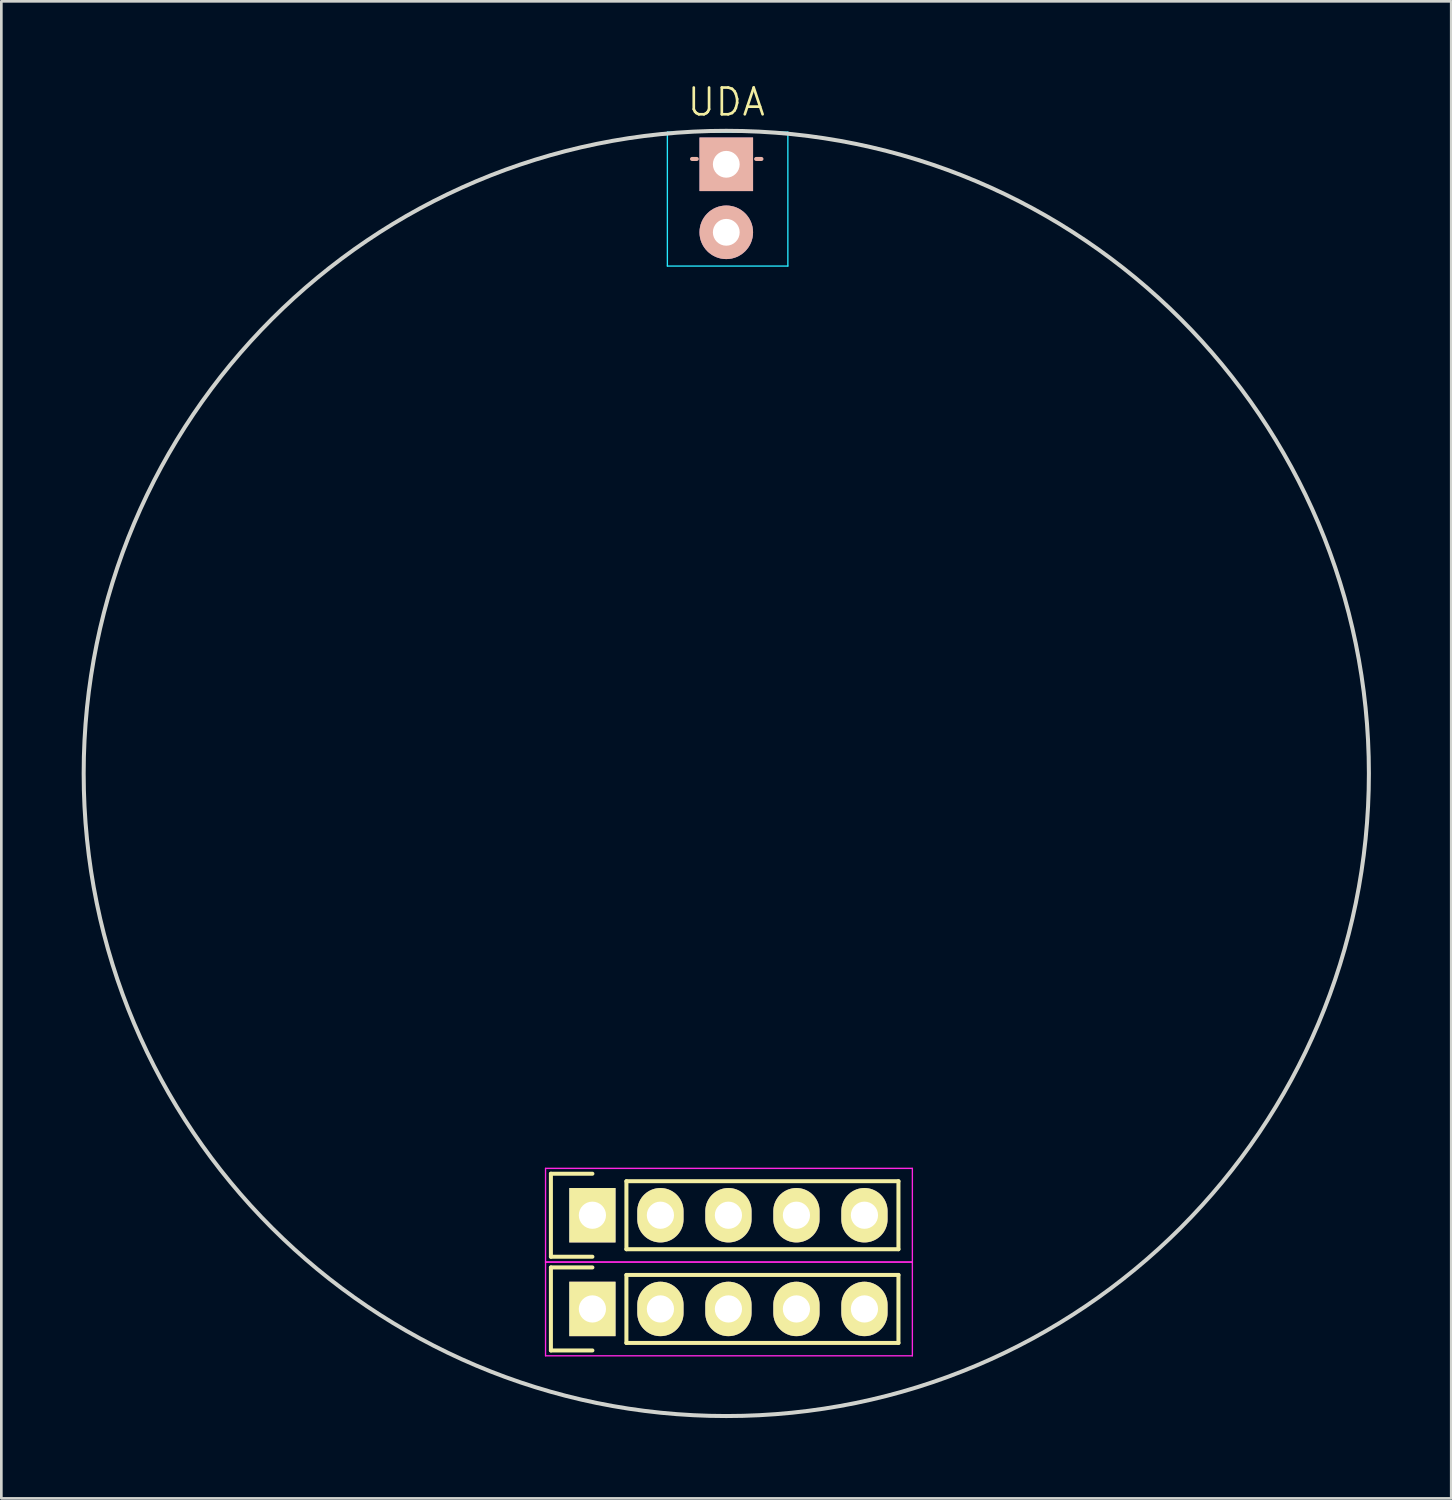
<source format=kicad_pcb>
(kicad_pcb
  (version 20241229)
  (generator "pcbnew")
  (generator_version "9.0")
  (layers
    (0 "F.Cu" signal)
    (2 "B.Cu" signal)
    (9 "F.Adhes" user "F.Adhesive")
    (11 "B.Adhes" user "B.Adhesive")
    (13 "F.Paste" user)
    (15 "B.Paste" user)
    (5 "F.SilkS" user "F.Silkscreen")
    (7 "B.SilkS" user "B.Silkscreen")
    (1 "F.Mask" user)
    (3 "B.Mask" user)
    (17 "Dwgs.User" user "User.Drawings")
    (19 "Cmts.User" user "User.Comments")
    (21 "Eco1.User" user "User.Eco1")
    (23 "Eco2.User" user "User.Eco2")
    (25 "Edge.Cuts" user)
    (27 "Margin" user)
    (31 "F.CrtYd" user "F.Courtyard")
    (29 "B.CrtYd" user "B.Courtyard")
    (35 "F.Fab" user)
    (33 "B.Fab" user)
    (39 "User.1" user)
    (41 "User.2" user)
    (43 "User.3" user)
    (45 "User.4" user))
  (footprint "UDA"
    (layer "F.Cu")
    (at 24.075 25.836)
    (property "Reference" "UDA" (at 0 -25.075 0) (layer "F.SilkS") (effects (font (size 1 1) (thickness 0.1))))
    (attr through_hole)
    (fp_line (start -6.55 14.95) (end -5 14.95) (stroke (width 0.15) (type solid)) (layer "F.SilkS"))
    (fp_line (start -6.55 18.05) (end -6.55 14.95) (stroke (width 0.15) (type solid)) (layer "F.SilkS"))
    (fp_line (start -6.55 18.45) (end -5 18.45) (stroke (width 0.15) (type solid)) (layer "F.SilkS"))
    (fp_line (start -6.55 21.55) (end -6.55 18.45) (stroke (width 0.15) (type solid)) (layer "F.SilkS"))
    (fp_line (start -5 18.05) (end -6.55 18.05) (stroke (width 0.15) (type solid)) (layer "F.SilkS"))
    (fp_line (start -5 21.55) (end -6.55 21.55) (stroke (width 0.15) (type solid)) (layer "F.SilkS"))
    (fp_line (start -3.73 15.23) (end -3.73 17.77) (stroke (width 0.15) (type solid)) (layer "F.SilkS"))
    (fp_line (start -3.73 15.23) (end 6.43 15.23) (stroke (width 0.15) (type solid)) (layer "F.SilkS"))
    (fp_line (start -3.73 18.73) (end -3.73 21.27) (stroke (width 0.15) (type solid)) (layer "F.SilkS"))
    (fp_line (start -3.73 18.73) (end 6.43 18.73) (stroke (width 0.15) (type solid)) (layer "F.SilkS"))
    (fp_line (start 6.43 15.23) (end 6.43 17.77) (stroke (width 0.15) (type solid)) (layer "F.SilkS"))
    (fp_line (start 6.43 17.77) (end -3.73 17.77) (stroke (width 0.15) (type solid)) (layer "F.SilkS"))
    (fp_line (start 6.43 18.73) (end 6.43 21.27) (stroke (width 0.15) (type solid)) (layer "F.SilkS"))
    (fp_line (start 6.43 21.27) (end -3.73 21.27) (stroke (width 0.15) (type solid)) (layer "F.SilkS"))
    (fp_line (start -1.28 -22.949) (end -1.1 -22.949) (stroke (width 0.15) (type solid)) (layer "B.SilkS"))
    (fp_line (start 1.314 -22.949) (end 1.114 -22.949) (stroke (width 0.15) (type solid)) (layer "B.SilkS"))
    (fp_circle (center 0 0) (end -24 0) (stroke (width 0.15) (type solid)) (fill no) (layer "Edge.Cuts"))
    (fp_line (start -2.2 -23.95) (end 2.3 -23.95) (stroke (width 0.05) (type solid)) (layer "B.CrtYd"))
    (fp_line (start -2.2 -18.95) (end -2.2 -23.95) (stroke (width 0.05) (type solid)) (layer "B.CrtYd"))
    (fp_line (start 2.3 -23.95) (end 2.3 -18.95) (stroke (width 0.05) (type solid)) (layer "B.CrtYd"))
    (fp_line (start 2.3 -18.95) (end -2.2 -18.95) (stroke (width 0.05) (type solid)) (layer "B.CrtYd"))
    (fp_line (start -6.75 14.75) (end 6.95 14.75) (stroke (width 0.05) (type solid)) (layer "F.CrtYd"))
    (fp_line (start -6.75 18.25) (end -6.75 14.75) (stroke (width 0.05) (type solid)) (layer "F.CrtYd"))
    (fp_line (start -6.75 18.25) (end 6.95 18.25) (stroke (width 0.05) (type solid)) (layer "F.CrtYd"))
    (fp_line (start -6.75 18.25) (end 6.95 18.25) (stroke (width 0.05) (type solid)) (layer "F.CrtYd"))
    (fp_line (start -6.75 21.75) (end -6.75 18.25) (stroke (width 0.05) (type solid)) (layer "F.CrtYd"))
    (fp_line (start -6.75 21.75) (end 6.95 21.75) (stroke (width 0.05) (type solid)) (layer "F.CrtYd"))
    (fp_line (start 6.95 18.25) (end 6.95 14.75) (stroke (width 0.05) (type solid)) (layer "F.CrtYd"))
    (fp_line (start 6.95 21.75) (end 6.95 18.25) (stroke (width 0.05) (type solid)) (layer "F.CrtYd"))
    (pad "1" thru_hole rect (at -5 16.5 90) (size 2.032 1.727) (drill 1.016) (layers "*.Cu" "*.Mask" "F.SilkS"))
    (pad "2" thru_hole oval (at -2.46 16.5 90) (size 2.032 1.727) (drill 1.016) (layers "*.Cu" "*.Mask" "F.SilkS"))
    (pad "3" thru_hole oval (at 0.08 16.5 90) (size 2.032 1.727) (drill 1.016) (layers "*.Cu" "*.Mask" "F.SilkS"))
    (pad "4" thru_hole oval (at 2.62 16.5 90) (size 2.032 1.727) (drill 1.016) (layers "*.Cu" "*.Mask" "F.SilkS"))
    (pad "5" thru_hole oval (at 5.16 16.5 90) (size 2.032 1.727) (drill 1.016) (layers "*.Cu" "*.Mask" "F.SilkS"))
    (pad "6" thru_hole rect (at -5 20 90) (size 2.032 1.727) (drill 1.016) (layers "*.Cu" "*.Mask" "F.SilkS"))
    (pad "7" thru_hole oval (at -2.46 20 90) (size 2.032 1.727) (drill 1.016) (layers "*.Cu" "*.Mask" "F.SilkS"))
    (pad "8" thru_hole oval (at 0.08 20 90) (size 2.032 1.727) (drill 1.016) (layers "*.Cu" "*.Mask" "F.SilkS"))
    (pad "9" thru_hole oval (at 2.62 20 90) (size 2.032 1.727) (drill 1.016) (layers "*.Cu" "*.Mask" "F.SilkS"))
    (pad "10" thru_hole oval (at 5.16 20 90) (size 2.032 1.727) (drill 1.016) (layers "*.Cu" "*.Mask" "F.SilkS"))
    (pad "11" thru_hole rect (at 0 -22.75 180) (size 2 2) (drill 1.001) (layers "*.Cu" "*.Mask" "B.SilkS"))
    (pad "12" thru_hole circle (at 0 -20.21 270) (size 2 2) (drill 1.001) (layers "*.Cu" "*.Mask" "B.SilkS")))
  (gr_rect
    (start -3 -3)
    (end 51.15 52.911)
    (stroke (width 0.1) (type default))
    (fill no)
    (layer "Edge.Cuts")))
</source>
